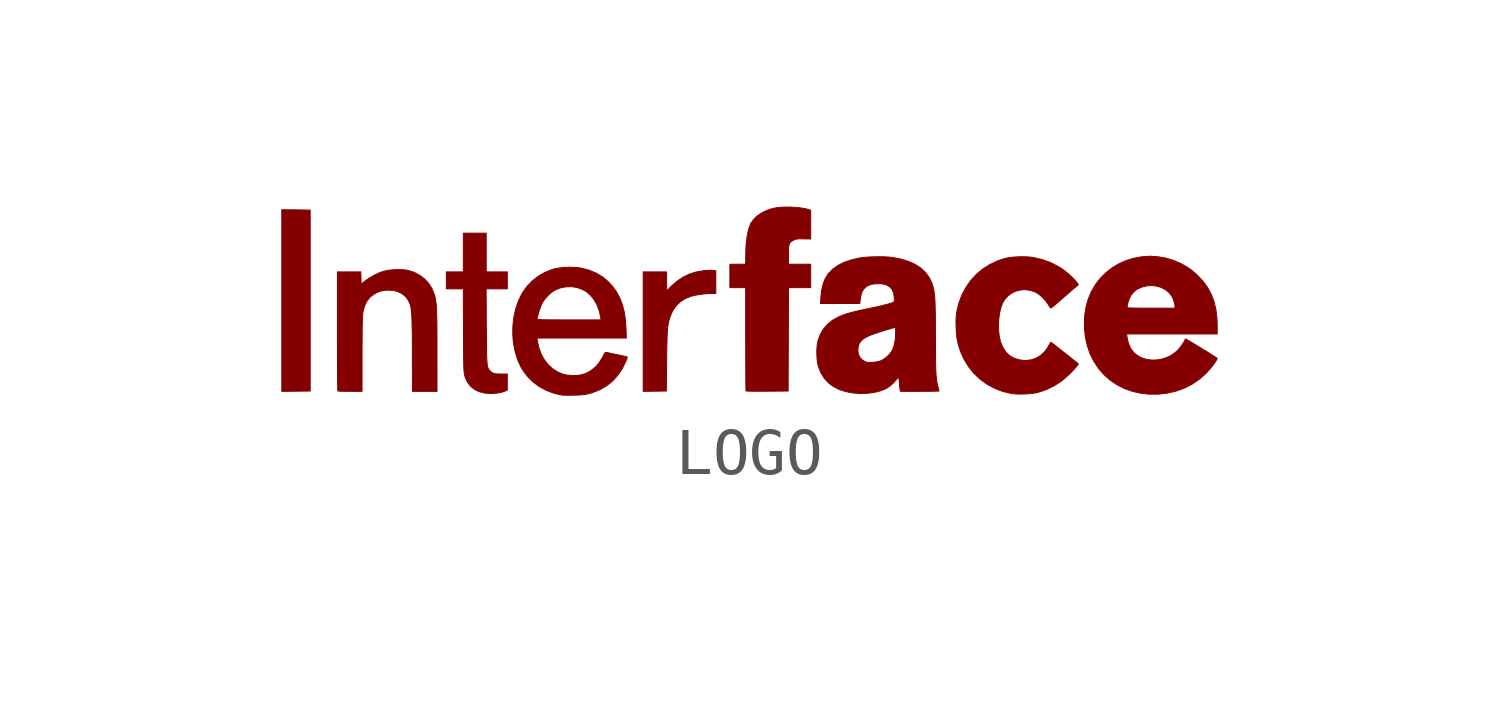
<source format=kicad_sym>
(kicad_symbol_lib
  (version 20210619)
  (generator bitmap2component)
  (symbol "LOGO"
    (pin_names
      (offset 1.016))
    (property "Reference" "#G"
      (at 0 1.366 0)
      (effects (font (size 1.27 1.27)) hide))
    (symbol "LOGO_0_0"
      (polyline (pts (xy -3.795 -1.996) (xy -3.722 -1.995) (xy -3.662 -1.993) (xy -3.591 -1.991) (xy -3.534 -1.986) (xy -3.486 -1.98) (xy -3.439 -1.971) (xy -3.387 -1.958) (xy -3.321 -1.939) (xy -3.165 -1.877) (xy -3.024 -1.795) (xy -2.899 -1.695) (xy -2.79 -1.575) (xy -2.696 -1.436) (xy -2.617 -1.277) (xy -2.614 -1.271) (xy -2.598 -1.23) (xy -2.589 -1.2) (xy -2.588 -1.185) (xy -2.596 -1.182) (xy -2.625 -1.175) (xy -2.671 -1.164) (xy -2.73 -1.151) (xy -2.798 -1.136) (xy -2.845 -1.127) (xy -2.911 -1.113) (xy -2.967 -1.101) (xy -3.008 -1.092) (xy -3.029 -1.088) (xy -3.035 -1.087) (xy -3.049 -1.089) (xy -3.063 -1.102) (xy -3.081 -1.131) (xy -3.105 -1.177) (xy -3.112 -1.191) (xy -3.178 -1.3) (xy -3.251 -1.388) (xy -3.335 -1.458) (xy -3.395 -1.497) (xy -3.47 -1.536) (xy -3.547 -1.56) (xy -3.633 -1.574) (xy -3.735 -1.578) (xy -3.747 -1.578) (xy -3.861 -1.57) (xy -3.962 -1.546) (xy -4.061 -1.505) (xy -4.068 -1.501) (xy -4.175 -1.432) (xy -4.269 -1.343) (xy -4.351 -1.237) (xy -4.416 -1.117) (xy -4.464 -0.984) (xy -4.494 -0.843) (xy -4.502 -0.783) (xy -2.606 -0.783) (xy -2.614 -0.575) (xy -2.626 -0.397) (xy -2.651 -0.227) (xy -2.691 -0.074) (xy -2.744 0.065) (xy -2.813 0.193) (xy -2.898 0.312) (xy -2.99 0.413) (xy -3.113 0.515) (xy -3.252 0.597) (xy -3.405 0.66) (xy -3.574 0.703) (xy -3.625 0.711) (xy -3.725 0.718) (xy -3.834 0.719) (xy -3.943 0.714) (xy -4.045 0.702) (xy -4.132 0.685) (xy -4.185 0.669) (xy -4.335 0.609) (xy -4.476 0.528) (xy -4.603 0.428) (xy -4.714 0.312) (xy -4.807 0.182) (xy -4.818 0.164) (xy -4.894 0.009) (xy -4.952 -0.158) (xy -4.992 -0.335) (xy -4.997 -0.382) (xy -4.498 -0.382) (xy -4.498 -0.381) (xy -4.494 -0.345) (xy -4.481 -0.293) (xy -4.465 -0.232) (xy -4.444 -0.169) (xy -4.423 -0.11) (xy -4.403 -0.062) (xy -4.377 -0.015) (xy -4.321 0.062) (xy -4.254 0.135) (xy -4.182 0.196) (xy -4.111 0.239) (xy -4.009 0.279) (xy -3.885 0.305) (xy -3.76 0.307) (xy -3.638 0.286) (xy -3.521 0.24) (xy -3.457 0.203) (xy -3.368 0.127) (xy -3.291 0.032) (xy -3.228 -0.08) (xy -3.181 -0.206) (xy -3.15 -0.345) (xy -3.142 -0.398) (xy -3.82 -0.398) (xy -3.931 -0.398) (xy -4.067 -0.397) (xy -4.182 -0.397) (xy -4.275 -0.396) (xy -4.35 -0.395) (xy -4.408 -0.393) (xy -4.45 -0.391) (xy -4.478 -0.389) (xy -4.494 -0.386) (xy -4.498 -0.382) (xy -4.997 -0.382) (xy -5.013 -0.518) (xy -5.017 -0.703) (xy -5.002 -0.886) (xy -4.968 -1.064) (xy -4.916 -1.233) (xy -4.846 -1.39) (xy -4.801 -1.465) (xy -4.702 -1.599) (xy -4.585 -1.715) (xy -4.452 -1.814) (xy -4.305 -1.893) (xy -4.144 -1.953) (xy -3.97 -1.993) (xy -3.955 -1.994) (xy -3.916 -1.995) (xy -3.861 -1.996) (xy -3.795 -1.996)) (stroke (width 0.01)) (fill (type outline)))
      (polyline (pts (xy 5.846 -1.97) (xy 5.945 -1.964) (xy 6.035 -1.954) (xy 6.108 -1.94) (xy 6.197 -1.915) (xy 6.34 -1.861) (xy 6.477 -1.791) (xy 6.615 -1.702) (xy 6.671 -1.658) (xy 6.735 -1.602) (xy 6.802 -1.54) (xy 6.864 -1.477) (xy 6.918 -1.418) (xy 6.958 -1.369) (xy 6.985 -1.331) (xy 6.838 -1.215) (xy 6.771 -1.161) (xy 6.694 -1.1) (xy 6.617 -1.04) (xy 6.551 -0.988) (xy 6.531 -0.971) (xy 6.482 -0.933) (xy 6.442 -0.903) (xy 6.414 -0.881) (xy 6.402 -0.873) (xy 6.401 -0.873) (xy 6.39 -0.885) (xy 6.372 -0.914) (xy 6.351 -0.953) (xy 6.335 -0.982) (xy 6.266 -1.077) (xy 6.182 -1.153) (xy 6.087 -1.21) (xy 5.983 -1.245) (xy 5.872 -1.26) (xy 5.758 -1.251) (xy 5.642 -1.219) (xy 5.608 -1.205) (xy 5.519 -1.151) (xy 5.445 -1.08) (xy 5.385 -0.989) (xy 5.337 -0.878) (xy 5.311 -0.779) (xy 5.294 -0.655) (xy 5.288 -0.524) (xy 5.294 -0.391) (xy 5.31 -0.262) (xy 5.338 -0.143) (xy 5.376 -0.041) (xy 5.412 0.023) (xy 5.48 0.103) (xy 5.562 0.166) (xy 5.655 0.211) (xy 5.756 0.237) (xy 5.862 0.243) (xy 5.969 0.228) (xy 6.074 0.19) (xy 6.096 0.179) (xy 6.163 0.133) (xy 6.232 0.072) (xy 6.294 0.003) (xy 6.343 -0.067) (xy 6.347 -0.075) (xy 6.371 -0.113) (xy 6.39 -0.139) (xy 6.4 -0.149) (xy 6.408 -0.144) (xy 6.432 -0.125) (xy 6.469 -0.095) (xy 6.516 -0.055) (xy 6.569 -0.009) (xy 6.592 0.011) (xy 6.66 0.07) (xy 6.732 0.133) (xy 6.8 0.192) (xy 6.856 0.24) (xy 6.984 0.35) (xy 6.956 0.389) (xy 6.935 0.416) (xy 6.886 0.47) (xy 6.826 0.529) (xy 6.76 0.589) (xy 6.694 0.643) (xy 6.634 0.687) (xy 6.562 0.732) (xy 6.391 0.819) (xy 6.21 0.884) (xy 6.016 0.927) (xy 5.957 0.935) (xy 5.851 0.942) (xy 5.737 0.942) (xy 5.624 0.936) (xy 5.519 0.924) (xy 5.43 0.907) (xy 5.274 0.856) (xy 5.109 0.779) (xy 4.958 0.683) (xy 4.821 0.569) (xy 4.7 0.437) (xy 4.597 0.29) (xy 4.512 0.129) (xy 4.447 -0.045) (xy 4.403 -0.23) (xy 4.4 -0.251) (xy 4.393 -0.31) (xy 4.389 -0.377) (xy 4.388 -0.455) (xy 4.39 -0.553) (xy 4.391 -0.575) (xy 4.398 -0.696) (xy 4.41 -0.8) (xy 4.43 -0.898) (xy 4.459 -0.995) (xy 4.498 -1.101) (xy 4.558 -1.233) (xy 4.653 -1.389) (xy 4.766 -1.53) (xy 4.896 -1.654) (xy 5.042 -1.76) (xy 5.201 -1.847) (xy 5.372 -1.914) (xy 5.555 -1.958) (xy 5.573 -1.961) (xy 5.652 -1.969) (xy 5.746 -1.972) (xy 5.846 -1.97)) (stroke (width 0.01)) (fill (type outline)))
      (polyline (pts (xy 8.866 -1.953) (xy 9.053 -1.91) (xy 9.23 -1.846) (xy 9.397 -1.761) (xy 9.552 -1.655) (xy 9.693 -1.53) (xy 9.725 -1.496) (xy 9.767 -1.448) (xy 9.81 -1.396) (xy 9.85 -1.344) (xy 9.884 -1.296) (xy 9.91 -1.255) (xy 9.925 -1.226) (xy 9.927 -1.213) (xy 9.924 -1.21) (xy 9.902 -1.194) (xy 9.863 -1.169) (xy 9.811 -1.136) (xy 9.749 -1.097) (xy 9.68 -1.054) (xy 9.608 -1.01) (xy 9.535 -0.965) (xy 9.464 -0.922) (xy 9.399 -0.883) (xy 9.343 -0.85) (xy 9.298 -0.824) (xy 9.268 -0.807) (xy 9.257 -0.802) (xy 9.254 -0.804) (xy 9.245 -0.822) (xy 9.244 -0.828) (xy 9.231 -0.854) (xy 9.208 -0.892) (xy 9.177 -0.936) (xy 9.144 -0.981) (xy 9.111 -1.022) (xy 9.082 -1.052) (xy 9.077 -1.057) (xy 8.985 -1.13) (xy 8.883 -1.186) (xy 8.775 -1.224) (xy 8.664 -1.246) (xy 8.553 -1.251) (xy 8.445 -1.239) (xy 8.344 -1.21) (xy 8.252 -1.165) (xy 8.172 -1.104) (xy 8.108 -1.026) (xy 8.089 -0.994) (xy 8.043 -0.888) (xy 8.017 -0.769) (xy 8.007 -0.696) (xy 9.929 -0.696) (xy 9.929 -0.519) (xy 9.924 -0.365) (xy 9.902 -0.181) (xy 9.862 -0.012) (xy 9.803 0.143) (xy 9.726 0.288) (xy 9.628 0.422) (xy 9.509 0.549) (xy 9.497 0.561) (xy 9.391 0.652) (xy 9.283 0.727) (xy 9.162 0.795) (xy 9.02 0.857) (xy 8.848 0.911) (xy 8.674 0.942) (xy 8.5 0.953) (xy 8.329 0.942) (xy 8.161 0.911) (xy 8 0.862) (xy 7.846 0.794) (xy 7.702 0.708) (xy 7.569 0.605) (xy 7.45 0.486) (xy 7.346 0.351) (xy 7.259 0.201) (xy 7.191 0.037) (xy 7.165 -0.049) (xy 7.144 -0.14) (xy 8.015 -0.14) (xy 8.018 -0.123) (xy 8.024 -0.09) (xy 8.033 -0.046) (xy 8.048 0.01) (xy 8.09 0.108) (xy 8.15 0.188) (xy 8.227 0.251) (xy 8.322 0.296) (xy 8.435 0.324) (xy 8.53 0.331) (xy 8.639 0.32) (xy 8.74 0.291) (xy 8.831 0.244) (xy 8.908 0.181) (xy 8.968 0.104) (xy 8.989 0.061) (xy 9.012 -0.001) (xy 9.028 -0.063) (xy 9.034 -0.115) (xy 9.034 -0.149) (xy 8.525 -0.149) (xy 8.476 -0.149) (xy 8.369 -0.149) (xy 8.272 -0.148) (xy 8.186 -0.147) (xy 8.115 -0.145) (xy 8.062 -0.144) (xy 8.027 -0.142) (xy 8.015 -0.14) (xy 8.015 -0.14) (xy 7.144 -0.14) (xy 7.138 -0.166) (xy 7.12 -0.29) (xy 7.112 -0.429) (xy 7.112 -0.57) (xy 7.132 -0.763) (xy 7.173 -0.946) (xy 7.233 -1.119) (xy 7.313 -1.279) (xy 7.411 -1.426) (xy 7.526 -1.559) (xy 7.656 -1.675) (xy 7.802 -1.774) (xy 7.962 -1.855) (xy 8.135 -1.916) (xy 8.32 -1.956) (xy 8.476 -1.973) (xy 8.673 -1.974) (xy 8.866 -1.953)) (stroke (width 0.01)) (fill (type outline)))
      (polyline (pts (xy -5.355 -1.952) (xy -5.259 -1.935) (xy -5.179 -1.909) (xy -5.132 -1.889) (xy -5.132 -1.546) (xy -5.266 -1.546) (xy -5.276 -1.546) (xy -5.346 -1.545) (xy -5.398 -1.538) (xy -5.438 -1.526) (xy -5.471 -1.505) (xy -5.504 -1.474) (xy -5.505 -1.473) (xy -5.518 -1.458) (xy -5.529 -1.443) (xy -5.538 -1.425) (xy -5.546 -1.402) (xy -5.553 -1.374) (xy -5.559 -1.337) (xy -5.563 -1.29) (xy -5.567 -1.231) (xy -5.569 -1.159) (xy -5.572 -1.07) (xy -5.573 -0.965) (xy -5.574 -0.84) (xy -5.575 -0.694) (xy -5.577 -0.525) (xy -5.581 0.261) (xy -5.132 0.261) (xy -5.132 0.621) (xy -5.58 0.621) (xy -5.58 1.442) (xy -6.064 1.442) (xy -6.064 0.621) (xy -6.425 0.621) (xy -6.425 0.261) (xy -6.065 0.261) (xy -6.062 -0.618) (xy -6.061 -0.688) (xy -6.061 -0.849) (xy -6.06 -0.988) (xy -6.059 -1.106) (xy -6.058 -1.206) (xy -6.057 -1.289) (xy -6.056 -1.358) (xy -6.054 -1.413) (xy -6.052 -1.458) (xy -6.049 -1.494) (xy -6.046 -1.522) (xy -6.043 -1.544) (xy -6.039 -1.564) (xy -6.035 -1.581) (xy -6.022 -1.621) (xy -5.975 -1.723) (xy -5.91 -1.806) (xy -5.828 -1.872) (xy -5.729 -1.92) (xy -5.612 -1.95) (xy -5.558 -1.957) (xy -5.457 -1.959) (xy -5.355 -1.952)) (stroke (width 0.01)) (fill (type outline)))
      (polyline (pts (xy 2.516 -1.955) (xy 2.654 -1.936) (xy 2.78 -1.905) (xy 2.889 -1.861) (xy 2.916 -1.847) (xy 2.993 -1.795) (xy 3.063 -1.733) (xy 3.119 -1.669) (xy 3.12 -1.667) (xy 3.143 -1.636) (xy 3.159 -1.62) (xy 3.169 -1.621) (xy 3.176 -1.641) (xy 3.182 -1.682) (xy 3.187 -1.746) (xy 3.188 -1.754) (xy 3.192 -1.806) (xy 3.197 -1.851) (xy 3.201 -1.88) (xy 3.208 -1.914) (xy 3.617 -1.914) (xy 3.683 -1.914) (xy 3.776 -1.913) (xy 3.858 -1.912) (xy 3.927 -1.911) (xy 3.98 -1.91) (xy 4.014 -1.908) (xy 4.026 -1.907) (xy 4.026 -1.905) (xy 4.022 -1.885) (xy 4.013 -1.849) (xy 4.002 -1.804) (xy 3.992 -1.762) (xy 3.983 -1.719) (xy 3.976 -1.674) (xy 3.97 -1.623) (xy 3.965 -1.566) (xy 3.961 -1.499) (xy 3.957 -1.42) (xy 3.955 -1.328) (xy 3.954 -1.22) (xy 3.953 -1.093) (xy 3.952 -0.946) (xy 3.952 -0.777) (xy 3.952 -0.757) (xy 3.951 -0.58) (xy 3.951 -0.424) (xy 3.949 -0.29) (xy 3.947 -0.174) (xy 3.944 -0.074) (xy 3.941 0.01) (xy 3.936 0.083) (xy 3.93 0.144) (xy 3.923 0.197) (xy 3.915 0.244) (xy 3.906 0.286) (xy 3.875 0.386) (xy 3.816 0.506) (xy 3.737 0.612) (xy 3.639 0.703) (xy 3.52 0.78) (xy 3.381 0.843) (xy 3.221 0.892) (xy 3.042 0.927) (xy 2.962 0.935) (xy 2.861 0.941) (xy 2.748 0.942) (xy 2.632 0.94) (xy 2.519 0.935) (xy 2.416 0.926) (xy 2.332 0.914) (xy 2.32 0.911) (xy 2.15 0.871) (xy 2.001 0.817) (xy 1.872 0.751) (xy 1.765 0.673) (xy 1.679 0.583) (xy 1.615 0.48) (xy 1.58 0.397) (xy 1.552 0.303) (xy 1.532 0.197) (xy 1.52 0.074) (xy 1.512 -0.05) (xy 2.345 -0.05) (xy 2.359 0.057) (xy 2.373 0.136) (xy 2.397 0.205) (xy 2.433 0.26) (xy 2.482 0.306) (xy 2.502 0.32) (xy 2.575 0.352) (xy 2.667 0.369) (xy 2.777 0.37) (xy 2.834 0.364) (xy 2.918 0.342) (xy 2.984 0.303) (xy 3.032 0.247) (xy 3.063 0.173) (xy 3.078 0.081) (xy 3.079 0.071) (xy 3.081 0.027) (xy 3.08 0.001) (xy 3.073 -0.014) (xy 3.06 -0.023) (xy 3.058 -0.024) (xy 3.019 -0.04) (xy 2.957 -0.059) (xy 2.874 -0.081) (xy 2.772 -0.106) (xy 2.652 -0.133) (xy 2.517 -0.162) (xy 2.439 -0.178) (xy 2.322 -0.203) (xy 2.223 -0.226) (xy 2.14 -0.248) (xy 2.067 -0.269) (xy 2.002 -0.291) (xy 1.942 -0.315) (xy 1.891 -0.337) (xy 1.765 -0.408) (xy 1.659 -0.495) (xy 1.572 -0.597) (xy 1.505 -0.714) (xy 1.457 -0.845) (xy 1.456 -0.849) (xy 1.443 -0.923) (xy 1.436 -1.013) (xy 1.435 -1.054) (xy 2.305 -1.054) (xy 2.313 -0.968) (xy 2.317 -0.949) (xy 2.336 -0.9) (xy 2.363 -0.856) (xy 2.401 -0.817) (xy 2.454 -0.78) (xy 2.522 -0.744) (xy 2.608 -0.708) (xy 2.714 -0.671) (xy 2.843 -0.63) (xy 3.107 -0.551) (xy 3.106 -0.676) (xy 3.106 -0.697) (xy 3.097 -0.828) (xy 3.074 -0.943) (xy 3.038 -1.04) (xy 3.029 -1.056) (xy 2.983 -1.12) (xy 2.922 -1.181) (xy 2.854 -1.233) (xy 2.787 -1.268) (xy 2.771 -1.273) (xy 2.714 -1.287) (xy 2.649 -1.296) (xy 2.583 -1.301) (xy 2.525 -1.3) (xy 2.483 -1.294) (xy 2.473 -1.29) (xy 2.405 -1.253) (xy 2.353 -1.199) (xy 2.319 -1.131) (xy 2.305 -1.054) (xy 1.435 -1.054) (xy 1.435 -1.11) (xy 1.439 -1.208) (xy 1.449 -1.298) (xy 1.464 -1.373) (xy 1.471 -1.393) (xy 1.522 -1.523) (xy 1.593 -1.636) (xy 1.682 -1.733) (xy 1.789 -1.813) (xy 1.913 -1.876) (xy 2.055 -1.921) (xy 2.215 -1.95) (xy 2.221 -1.95) (xy 2.37 -1.96) (xy 2.516 -1.955)) (stroke (width 0.01)) (fill (type outline)))
      (polyline (pts (xy -9.615 -1.911) (xy -9.314 -1.907) (xy -9.314 1.932) (xy -9.615 1.936) (xy -9.916 1.939) (xy -9.916 -1.914) (xy -9.615 -1.911)) (stroke (width 0.01)) (fill (type outline)))
      (polyline (pts (xy -8.214 -1.153) (xy -8.214 -1.02) (xy -8.213 -0.886) (xy -8.212 -0.759) (xy -8.211 -0.641) (xy -8.21 -0.536) (xy -8.208 -0.445) (xy -8.206 -0.372) (xy -8.204 -0.318) (xy -8.202 -0.287) (xy -8.189 -0.205) (xy -8.156 -0.09) (xy -8.107 0.007) (xy -8.043 0.086) (xy -7.961 0.147) (xy -7.899 0.182) (xy -7.832 0.209) (xy -7.761 0.225) (xy -7.677 0.233) (xy -7.667 0.234) (xy -7.553 0.228) (xy -7.451 0.202) (xy -7.361 0.156) (xy -7.286 0.093) (xy -7.228 0.013) (xy -7.188 -0.082) (xy -7.181 -0.112) (xy -7.173 -0.154) (xy -7.167 -0.206) (xy -7.162 -0.271) (xy -7.157 -0.348) (xy -7.153 -0.441) (xy -7.151 -0.551) (xy -7.148 -0.679) (xy -7.147 -0.827) (xy -7.146 -0.997) (xy -7.146 -1.19) (xy -7.145 -1.914) (xy -6.623 -1.914) (xy -6.624 -1.072) (xy -6.624 -0.928) (xy -6.624 -0.759) (xy -6.625 -0.611) (xy -6.626 -0.483) (xy -6.628 -0.373) (xy -6.63 -0.278) (xy -6.633 -0.198) (xy -6.637 -0.129) (xy -6.641 -0.071) (xy -6.647 -0.021) (xy -6.653 0.022) (xy -6.66 0.062) (xy -6.668 0.098) (xy -6.68 0.141) (xy -6.731 0.266) (xy -6.802 0.378) (xy -6.891 0.474) (xy -6.996 0.553) (xy -7.115 0.614) (xy -7.247 0.654) (xy -7.295 0.662) (xy -7.383 0.668) (xy -7.482 0.669) (xy -7.582 0.663) (xy -7.676 0.651) (xy -7.754 0.634) (xy -7.848 0.601) (xy -7.952 0.552) (xy -8.054 0.493) (xy -8.146 0.429) (xy -8.233 0.362) (xy -8.236 0.491) (xy -8.24 0.621) (xy -8.736 0.621) (xy -8.736 -0.759) (xy -8.736 -0.929) (xy -8.735 -1.091) (xy -8.735 -1.243) (xy -8.734 -1.384) (xy -8.734 -1.511) (xy -8.733 -1.624) (xy -8.732 -1.72) (xy -8.731 -1.798) (xy -8.73 -1.856) (xy -8.729 -1.892) (xy -8.728 -1.905) (xy -8.726 -1.906) (xy -8.707 -1.909) (xy -8.668 -1.911) (xy -8.612 -1.912) (xy -8.543 -1.913) (xy -8.467 -1.914) (xy -8.214 -1.914) (xy -8.214 -1.153)) (stroke (width 0.01)) (fill (type outline)))
      (polyline (pts (xy -1.758 -1.907) (xy -1.751 -1.268) (xy -1.75 -1.14) (xy -1.748 -1.001) (xy -1.745 -0.882) (xy -1.742 -0.782) (xy -1.739 -0.697) (xy -1.735 -0.626) (xy -1.73 -0.565) (xy -1.723 -0.513) (xy -1.715 -0.467) (xy -1.706 -0.425) (xy -1.695 -0.384) (xy -1.682 -0.342) (xy -1.678 -0.33) (xy -1.625 -0.208) (xy -1.554 -0.103) (xy -1.467 -0.017) (xy -1.363 0.051) (xy -1.243 0.101) (xy -1.225 0.106) (xy -1.131 0.128) (xy -1.025 0.145) (xy -0.917 0.157) (xy -0.817 0.161) (xy -0.708 0.162) (xy -0.708 0.644) (xy -0.774 0.652) (xy -0.787 0.654) (xy -0.836 0.655) (xy -0.896 0.652) (xy -0.957 0.647) (xy -0.983 0.644) (xy -1.135 0.616) (xy -1.274 0.571) (xy -1.403 0.508) (xy -1.527 0.425) (xy -1.65 0.318) (xy -1.752 0.22) (xy -1.752 0.621) (xy -2.249 0.621) (xy -2.249 -1.914) (xy -1.758 -1.907)) (stroke (width 0.01)) (fill (type outline)))
      (polyline (pts (xy 0.384 -1.911) (xy 0.826 -1.907) (xy 0.83 -0.811) (xy 0.833 0.286) (xy 1.305 0.286) (xy 1.305 0.783) (xy 0.833 0.783) (xy 0.833 0.985) (xy 0.834 1.072) (xy 0.837 1.139) (xy 0.844 1.188) (xy 0.857 1.224) (xy 0.876 1.251) (xy 0.902 1.272) (xy 0.938 1.292) (xy 0.951 1.299) (xy 0.978 1.31) (xy 1.006 1.317) (xy 1.04 1.321) (xy 1.087 1.322) (xy 1.153 1.321) (xy 1.305 1.319) (xy 1.305 1.927) (xy 1.274 1.938) (xy 1.207 1.958) (xy 1.116 1.975) (xy 1.012 1.987) (xy 0.9 1.994) (xy 0.787 1.996) (xy 0.678 1.992) (xy 0.58 1.982) (xy 0.497 1.966) (xy 0.394 1.933) (xy 0.278 1.88) (xy 0.178 1.815) (xy 0.098 1.739) (xy 0.039 1.655) (xy 0.034 1.645) (xy -0.005 1.548) (xy -0.035 1.427) (xy -0.057 1.285) (xy -0.07 1.119) (xy -0.075 0.93) (xy -0.075 0.783) (xy -0.41 0.783) (xy -0.41 0.286) (xy -0.075 0.286) (xy -0.075 -0.806) (xy -0.074 -0.949) (xy -0.074 -1.105) (xy -0.074 -1.253) (xy -0.073 -1.39) (xy -0.072 -1.515) (xy -0.072 -1.626) (xy -0.071 -1.721) (xy -0.07 -1.798) (xy -0.069 -1.856) (xy -0.067 -1.892) (xy -0.066 -1.906) (xy -0.054 -1.907) (xy -0.02 -1.909) (xy 0.034 -1.91) (xy 0.104 -1.911) (xy 0.187 -1.911) (xy 0.282 -1.911) (xy 0.384 -1.911)) (stroke (width 0.01)) (fill (type outline))))))
</source>
